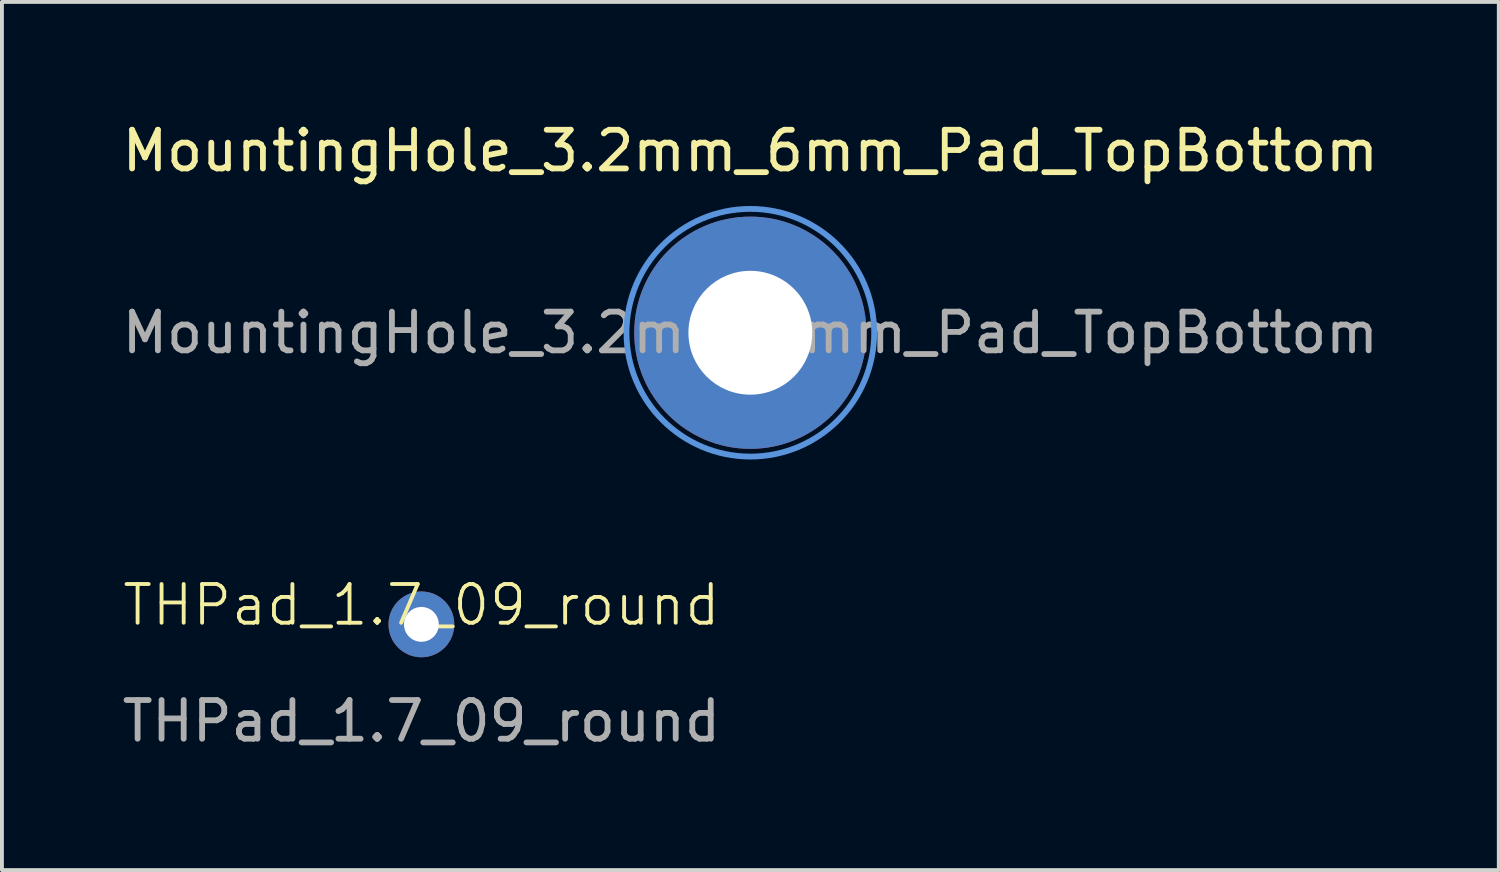
<source format=kicad_pcb>
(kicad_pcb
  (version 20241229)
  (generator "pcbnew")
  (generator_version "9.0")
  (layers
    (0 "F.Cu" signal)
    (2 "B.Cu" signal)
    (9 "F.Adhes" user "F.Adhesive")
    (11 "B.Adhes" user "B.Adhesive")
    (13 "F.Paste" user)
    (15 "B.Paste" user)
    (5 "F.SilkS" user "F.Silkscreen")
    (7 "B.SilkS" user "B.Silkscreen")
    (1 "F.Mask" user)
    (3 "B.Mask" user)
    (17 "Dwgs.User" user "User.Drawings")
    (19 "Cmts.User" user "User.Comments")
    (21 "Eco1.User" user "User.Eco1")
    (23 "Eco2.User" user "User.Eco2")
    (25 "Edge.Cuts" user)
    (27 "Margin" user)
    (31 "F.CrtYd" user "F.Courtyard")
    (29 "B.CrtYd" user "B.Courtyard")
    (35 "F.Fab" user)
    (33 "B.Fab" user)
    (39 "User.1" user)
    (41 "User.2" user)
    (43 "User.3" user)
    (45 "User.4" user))
  (footprint "THPad_1.7_09_round"
    (layer "F.Cu")
    (at 7.839 13.084)
    (property "Reference" "THPad_1.7_09_round" (at 0 -0.5 0) (unlocked yes) (layer "F.SilkS") (effects (font (size 1 1) (thickness 0.1))))
    (attr through_hole)
    (fp_text user "${REFERENCE}" (at 0 2.5 0) (unlocked yes) (layer "F.Fab") (effects (font (size 1 1) (thickness 0.15))))
    (pad "" thru_hole circle (at 0 0) (size 1.7 1.7) (drill 0.9) (layers "*.Cu" "*.Mask")))
  (footprint "MountingHole_3.2mm_6mm_Pad_TopBottom"
    (layer "F.Cu")
    (at 16.339 5.548)
    (property "Reference" "MountingHole_3.2mm_6mm_Pad_TopBottom" (at 0 -4.7 0) (layer "F.SilkS") (effects (font (size 1 1) (thickness 0.15))))
    (attr exclude_from_pos_files exclude_from_bom)
    (fp_circle (center 0 0) (end 3.2 0) (stroke (width 0.15) (type solid)) (fill no) (layer "Cmts.User"))
    (fp_circle (center 0 0) (end 3.2 0) (stroke (width 0.05) (type solid)) (fill no) (layer "F.CrtYd"))
    (fp_text user "${REFERENCE}" (at 0 0 0) (layer "F.Fab") (effects (font (size 1 1) (thickness 0.15))))
    (pad "1" thru_hole circle (at 0 0) (size 3.6 3.6) (drill 3.2) (layers "*.Cu" "*.Mask"))
    (pad "1" connect circle (at 0 0) (size 6 6) (layers "F.Cu" "F.Mask"))
    (pad "1" connect circle (at 0 0) (size 6 6) (layers "B.Cu" "B.Mask")))
  (gr_rect
    (start -3 -3)
    (end 35.679 19.432)
    (stroke (width 0.1) (type default))
    (fill no)
    (layer "Edge.Cuts")))
</source>
